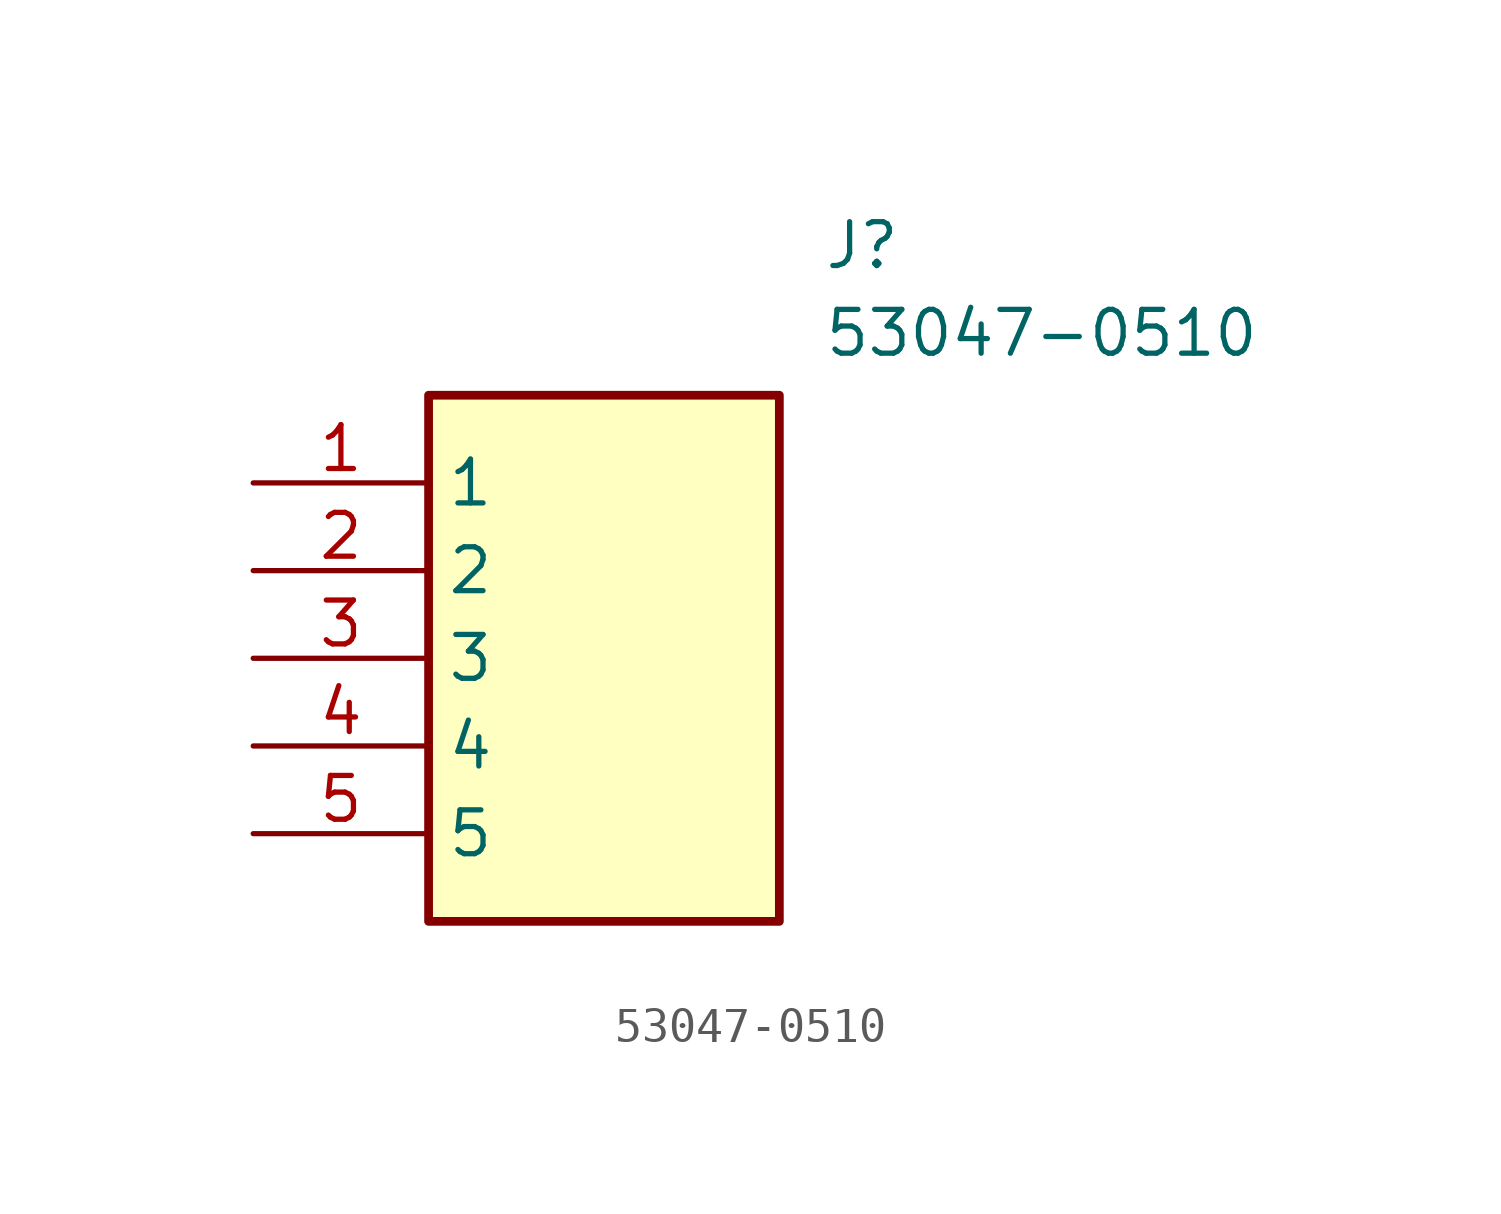
<source format=kicad_sym>
(kicad_symbol_lib
  (version 20220914)
  (generator kicad_symbol_editor)
  (symbol "53047-0510"
    (property "Reference" "J"
      (at 16.51 7.62 0)
      (effects (font (size 1.27 1.27)) (justify left top)))
    (property "Value" "53047-0510"
      (at 16.51 5.08 0)
      (effects (font (size 1.27 1.27)) (justify left top)))
    (symbol "53047-0510_1_1"
      (rectangle (start 5.08 2.54) (end 15.24 -12.7) (stroke (width 0.254) (type default)) (fill (type background)))
      (pin passive line (at 0 0 0) (length 5.08) (name "1" (effects (font (size 1.27 1.27)))) (number "1" (effects (font (size 1.27 1.27)))))
      (pin passive line (at 0 -2.54 0) (length 5.08) (name "2" (effects (font (size 1.27 1.27)))) (number "2" (effects (font (size 1.27 1.27)))))
      (pin passive line (at 0 -5.08 0) (length 5.08) (name "3" (effects (font (size 1.27 1.27)))) (number "3" (effects (font (size 1.27 1.27)))))
      (pin passive line (at 0 -7.62 0) (length 5.08) (name "4" (effects (font (size 1.27 1.27)))) (number "4" (effects (font (size 1.27 1.27)))))
      (pin passive line (at 0 -10.16 0) (length 5.08) (name "5" (effects (font (size 1.27 1.27)))) (number "5" (effects (font (size 1.27 1.27))))))))
</source>
